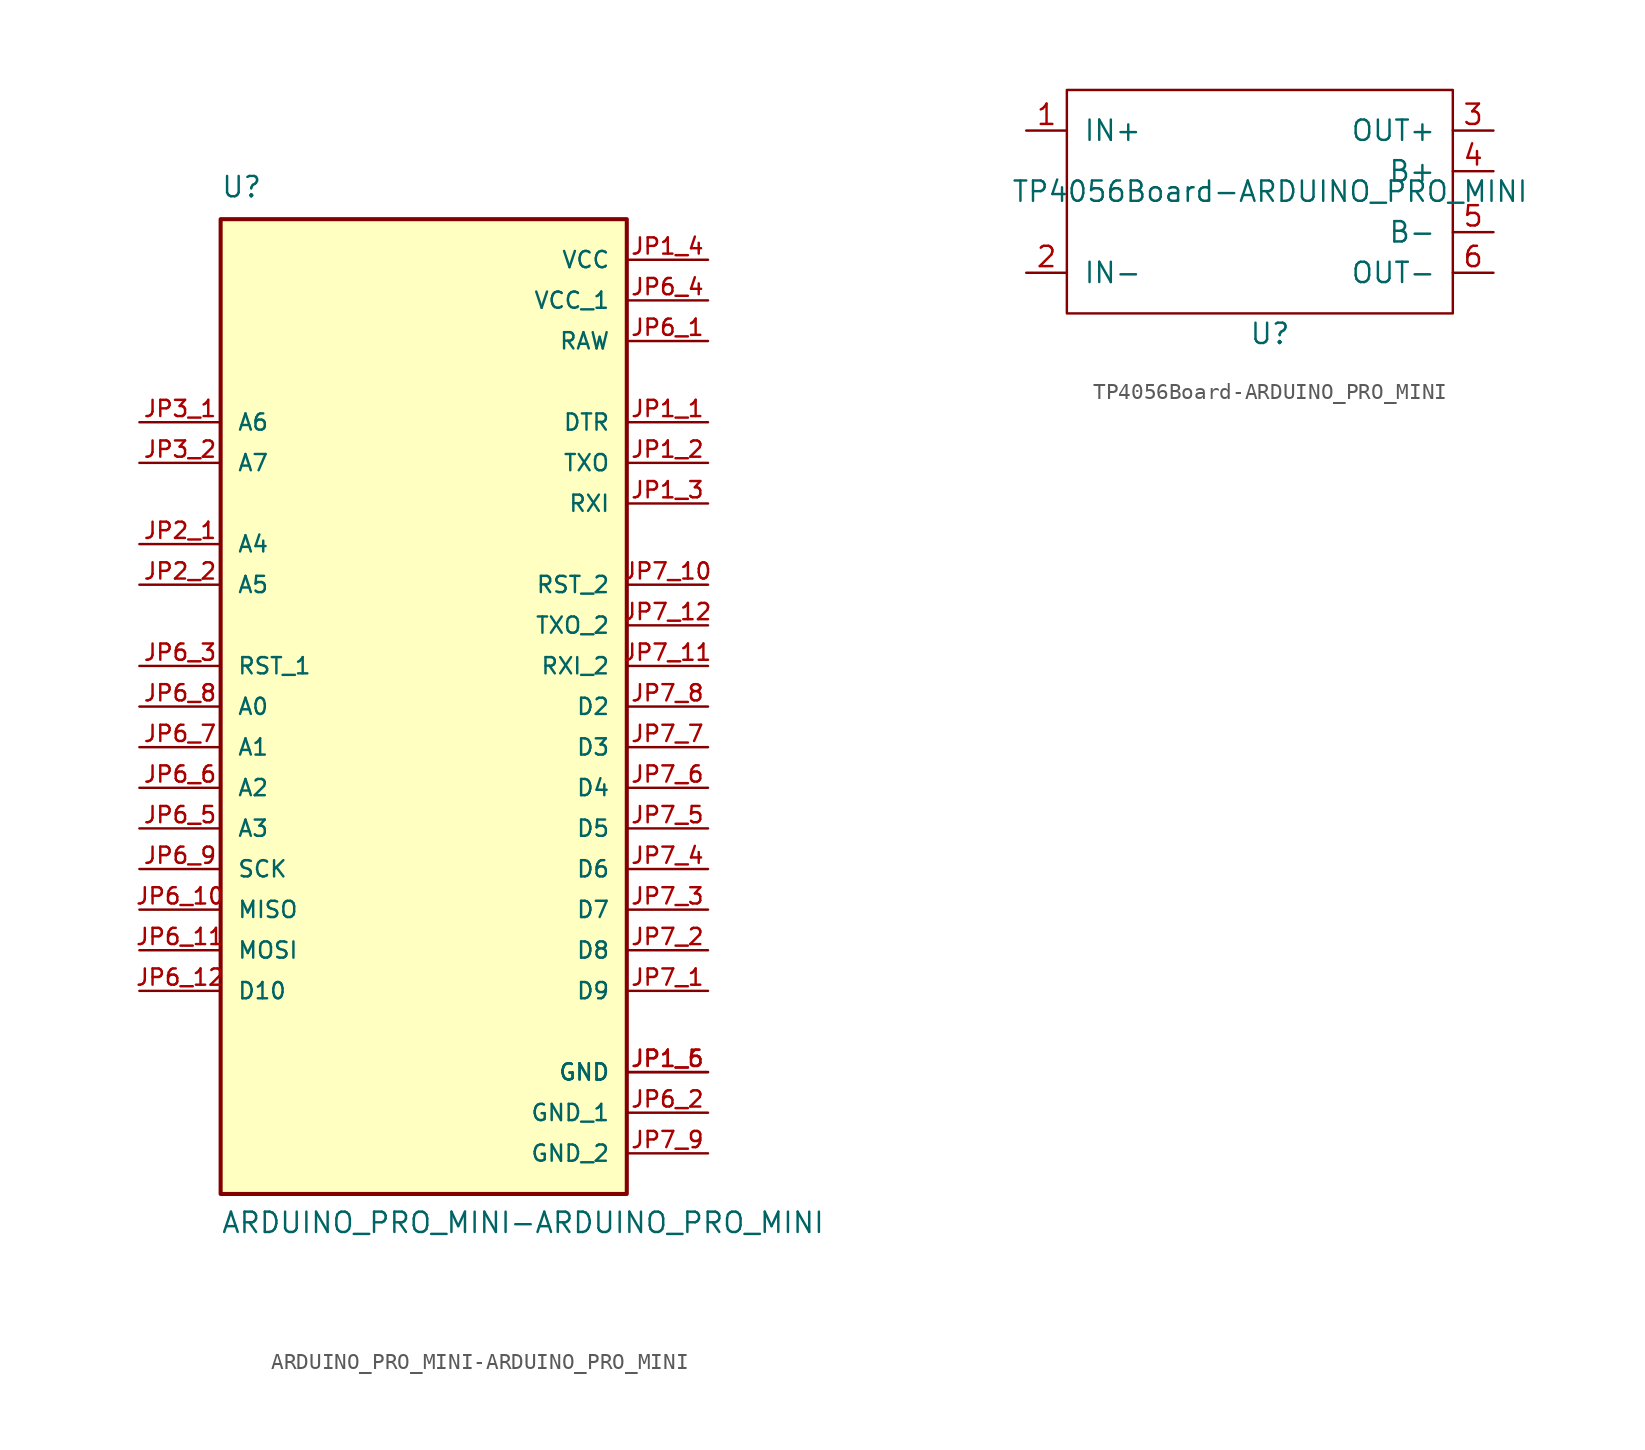
<source format=kicad_sym>
(kicad_symbol_lib
  (version 20220914)
  (generator kicad_symbol_editor)
  (symbol "ARDUINO_PRO_MINI-ARDUINO_PRO_MINI"
    (pin_names
      (offset 1.016))
    (property "Reference" "U"
      (at -12.7 31.75 0)
      (effects (font (size 1.27 1.27)) (justify left bottom)))
    (property "Value" "ARDUINO_PRO_MINI-ARDUINO_PRO_MINI"
      (at -12.7 -33.02 0)
      (effects (font (size 1.27 1.27)) (justify left bottom)))
    (property "ki_locked" ""
      (at 0 0 0)
      (effects (font (size 1.27 1.27))))
    (symbol "ARDUINO_PRO_MINI-ARDUINO_PRO_MINI_0_0"
      (rectangle (start -12.7 -30.48) (end 12.7 30.48) (stroke (width 0.254) (type solid)) (fill (type background)))
      (pin input line (at 17.78 17.78 180) (length 5.08) (name "DTR" (effects (font (size 1.016 1.016)))) (number "JP1_1" (effects (font (size 1.016 1.016)))))
      (pin bidirectional line (at 17.78 15.24 180) (length 5.08) (name "TXO" (effects (font (size 1.016 1.016)))) (number "JP1_2" (effects (font (size 1.016 1.016)))))
      (pin bidirectional line (at 17.78 12.7 180) (length 5.08) (name "RXI" (effects (font (size 1.016 1.016)))) (number "JP1_3" (effects (font (size 1.016 1.016)))))
      (pin power_in line (at 17.78 27.94 180) (length 5.08) (name "VCC" (effects (font (size 1.016 1.016)))) (number "JP1_4" (effects (font (size 1.016 1.016)))))
      (pin power_in line (at 17.78 -22.86 180) (length 5.08) (name "GND" (effects (font (size 1.016 1.016)))) (number "JP1_5" (effects (font (size 1.016 1.016)))))
      (pin power_in line (at 17.78 -22.86 180) (length 5.08) (name "GND" (effects (font (size 1.016 1.016)))) (number "JP1_6" (effects (font (size 1.016 1.016)))))
      (pin bidirectional line (at -17.78 10.16 0) (length 5.08) (name "A4" (effects (font (size 1.016 1.016)))) (number "JP2_1" (effects (font (size 1.016 1.016)))))
      (pin bidirectional line (at -17.78 7.62 0) (length 5.08) (name "A5" (effects (font (size 1.016 1.016)))) (number "JP2_2" (effects (font (size 1.016 1.016)))))
      (pin input line (at -17.78 17.78 0) (length 5.08) (name "A6" (effects (font (size 1.016 1.016)))) (number "JP3_1" (effects (font (size 1.016 1.016)))))
      (pin input line (at -17.78 15.24 0) (length 5.08) (name "A7" (effects (font (size 1.016 1.016)))) (number "JP3_2" (effects (font (size 1.016 1.016)))))
      (pin power_in line (at 17.78 22.86 180) (length 5.08) (name "RAW" (effects (font (size 1.016 1.016)))) (number "JP6_1" (effects (font (size 1.016 1.016)))))
      (pin bidirectional line (at -17.78 -12.7 0) (length 5.08) (name "MISO" (effects (font (size 1.016 1.016)))) (number "JP6_10" (effects (font (size 1.016 1.016)))))
      (pin bidirectional line (at -17.78 -15.24 0) (length 5.08) (name "MOSI" (effects (font (size 1.016 1.016)))) (number "JP6_11" (effects (font (size 1.016 1.016)))))
      (pin bidirectional line (at -17.78 -17.78 0) (length 5.08) (name "D10" (effects (font (size 1.016 1.016)))) (number "JP6_12" (effects (font (size 1.016 1.016)))))
      (pin power_in line (at 17.78 -25.4 180) (length 5.08) (name "GND_1" (effects (font (size 1.016 1.016)))) (number "JP6_2" (effects (font (size 1.016 1.016)))))
      (pin input line (at -17.78 2.54 0) (length 5.08) (name "RST_1" (effects (font (size 1.016 1.016)))) (number "JP6_3" (effects (font (size 1.016 1.016)))))
      (pin power_in line (at 17.78 25.4 180) (length 5.08) (name "VCC_1" (effects (font (size 1.016 1.016)))) (number "JP6_4" (effects (font (size 1.016 1.016)))))
      (pin bidirectional line (at -17.78 -7.62 0) (length 5.08) (name "A3" (effects (font (size 1.016 1.016)))) (number "JP6_5" (effects (font (size 1.016 1.016)))))
      (pin bidirectional line (at -17.78 -5.08 0) (length 5.08) (name "A2" (effects (font (size 1.016 1.016)))) (number "JP6_6" (effects (font (size 1.016 1.016)))))
      (pin bidirectional line (at -17.78 -2.54 0) (length 5.08) (name "A1" (effects (font (size 1.016 1.016)))) (number "JP6_7" (effects (font (size 1.016 1.016)))))
      (pin bidirectional line (at -17.78 0 0) (length 5.08) (name "A0" (effects (font (size 1.016 1.016)))) (number "JP6_8" (effects (font (size 1.016 1.016)))))
      (pin bidirectional line (at -17.78 -10.16 0) (length 5.08) (name "SCK" (effects (font (size 1.016 1.016)))) (number "JP6_9" (effects (font (size 1.016 1.016)))))
      (pin bidirectional line (at 17.78 -17.78 180) (length 5.08) (name "D9" (effects (font (size 1.016 1.016)))) (number "JP7_1" (effects (font (size 1.016 1.016)))))
      (pin input line (at 17.78 7.62 180) (length 5.08) (name "RST_2" (effects (font (size 1.016 1.016)))) (number "JP7_10" (effects (font (size 1.016 1.016)))))
      (pin bidirectional line (at 17.78 2.54 180) (length 5.08) (name "RXI_2" (effects (font (size 1.016 1.016)))) (number "JP7_11" (effects (font (size 1.016 1.016)))))
      (pin bidirectional line (at 17.78 5.08 180) (length 5.08) (name "TXO_2" (effects (font (size 1.016 1.016)))) (number "JP7_12" (effects (font (size 1.016 1.016)))))
      (pin bidirectional line (at 17.78 -15.24 180) (length 5.08) (name "D8" (effects (font (size 1.016 1.016)))) (number "JP7_2" (effects (font (size 1.016 1.016)))))
      (pin bidirectional line (at 17.78 -12.7 180) (length 5.08) (name "D7" (effects (font (size 1.016 1.016)))) (number "JP7_3" (effects (font (size 1.016 1.016)))))
      (pin bidirectional line (at 17.78 -10.16 180) (length 5.08) (name "D6" (effects (font (size 1.016 1.016)))) (number "JP7_4" (effects (font (size 1.016 1.016)))))
      (pin bidirectional line (at 17.78 -7.62 180) (length 5.08) (name "D5" (effects (font (size 1.016 1.016)))) (number "JP7_5" (effects (font (size 1.016 1.016)))))
      (pin bidirectional line (at 17.78 -5.08 180) (length 5.08) (name "D4" (effects (font (size 1.016 1.016)))) (number "JP7_6" (effects (font (size 1.016 1.016)))))
      (pin bidirectional line (at 17.78 -2.54 180) (length 5.08) (name "D3" (effects (font (size 1.016 1.016)))) (number "JP7_7" (effects (font (size 1.016 1.016)))))
      (pin bidirectional line (at 17.78 0 180) (length 5.08) (name "D2" (effects (font (size 1.016 1.016)))) (number "JP7_8" (effects (font (size 1.016 1.016)))))
      (pin power_in line (at 17.78 -27.94 180) (length 5.08) (name "GND_2" (effects (font (size 1.016 1.016)))) (number "JP7_9" (effects (font (size 1.016 1.016)))))))
  (symbol "TP4056Board-ARDUINO_PRO_MINI"
    (pin_names
      (offset 1.016))
    (property "Reference" "U"
      (at 0 0 0)
      (effects (font (size 1.27 1.27))))
    (property "Value" "TP4056Board-ARDUINO_PRO_MINI"
      (at 0 8.89 0)
      (effects (font (size 1.27 1.27))))
    (symbol "TP4056Board-ARDUINO_PRO_MINI_0_1"
      (rectangle (start -12.7 15.24) (end 11.43 1.27) (stroke (width 0) (type solid)) (fill (type none))))
    (symbol "TP4056Board-ARDUINO_PRO_MINI_1_1"
      (pin power_in line (at -15.24 12.7 0) (length 2.54) (name "IN+" (effects (font (size 1.27 1.27)))) (number "1" (effects (font (size 1.27 1.27)))))
      (pin power_in line (at -15.24 3.81 0) (length 2.54) (name "IN-" (effects (font (size 1.27 1.27)))) (number "2" (effects (font (size 1.27 1.27)))))
      (pin power_out line (at 13.97 12.7 180) (length 2.54) (name "OUT+" (effects (font (size 1.27 1.27)))) (number "3" (effects (font (size 1.27 1.27)))))
      (pin power_in line (at 13.97 10.16 180) (length 2.54) (name "B+" (effects (font (size 1.27 1.27)))) (number "4" (effects (font (size 1.27 1.27)))))
      (pin power_in line (at 13.97 6.35 180) (length 2.54) (name "B-" (effects (font (size 1.27 1.27)))) (number "5" (effects (font (size 1.27 1.27)))))
      (pin power_out line (at 13.97 3.81 180) (length 2.54) (name "OUT-" (effects (font (size 1.27 1.27)))) (number "6" (effects (font (size 1.27 1.27))))))))
</source>
